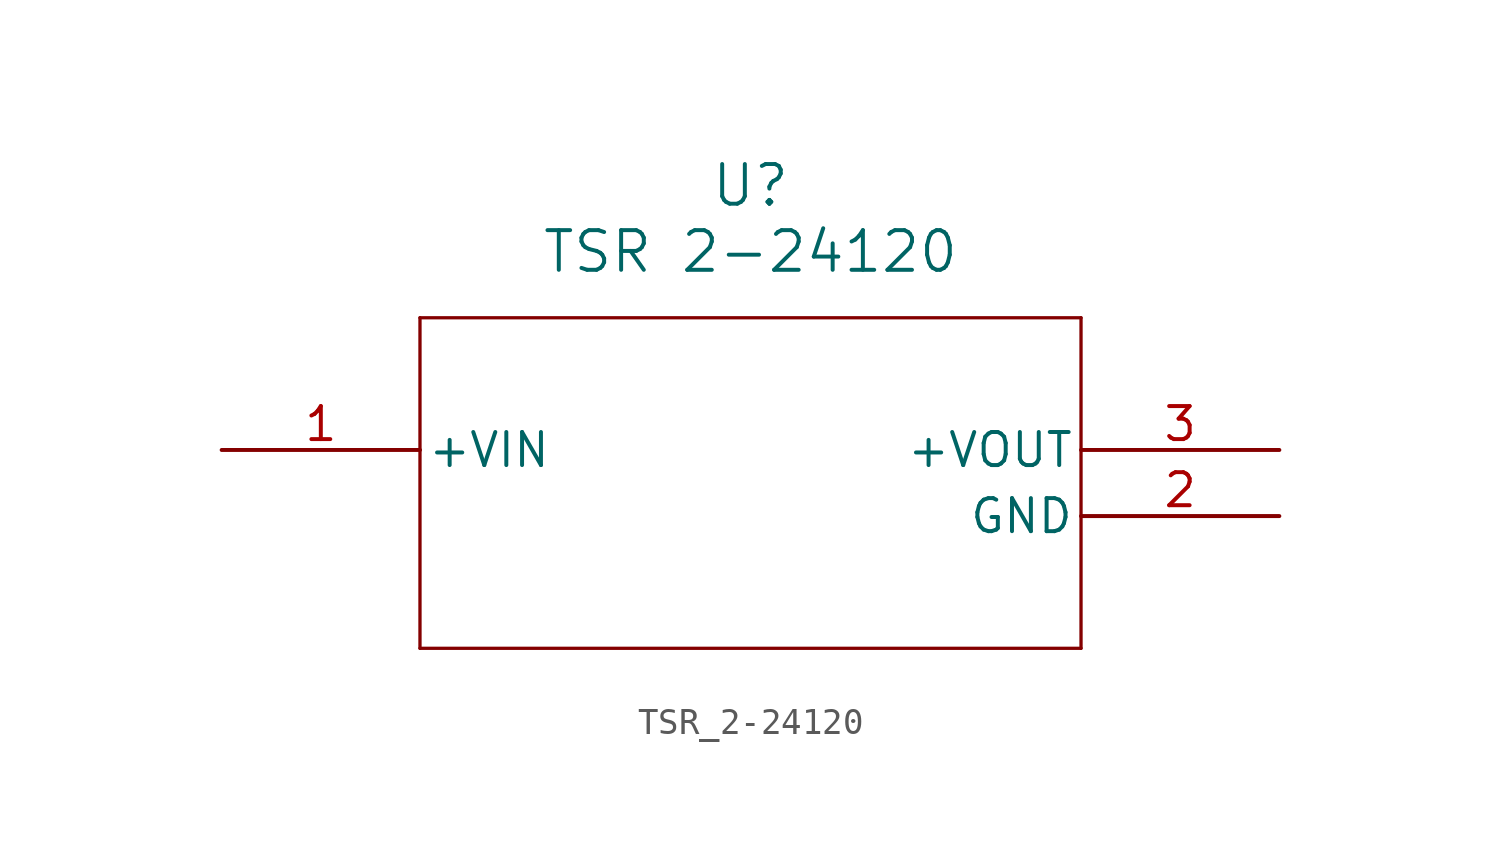
<source format=kicad_sym>
(kicad_symbol_lib
  (version 20211014)
  (generator kicad_symbol_editor)
  (symbol "TSR_2-24120"
    (pin_names
      (offset 0.254))
    (property "Reference" "U"
      (at 20.32 10.16 0)
      (effects (font (size 1.524 1.524))))
    (property "Value" "TSR 2-24120"
      (at 20.32 7.62 0)
      (effects (font (size 1.524 1.524))))
    (symbol "TSR_2-24120_0_1"
      (polyline (pts (xy 7.62 5.08) (xy 7.62 -7.62)) (stroke (width 0.127) (type default) (color 0 0 0 0)) (fill (type none)))
      (polyline (pts (xy 7.62 -7.62) (xy 33.02 -7.62)) (stroke (width 0.127) (type default) (color 0 0 0 0)) (fill (type none)))
      (polyline (pts (xy 33.02 -7.62) (xy 33.02 5.08)) (stroke (width 0.127) (type default) (color 0 0 0 0)) (fill (type none)))
      (polyline (pts (xy 33.02 5.08) (xy 7.62 5.08)) (stroke (width 0.127) (type default) (color 0 0 0 0)) (fill (type none)))
      (pin unspecified line (at 0 0 0) (length 7.62) (name "+VIN" (effects (font (size 1.27 1.27)))) (number "1" (effects (font (size 1.27 1.27)))))
      (pin unspecified line (at 40.64 -2.54 180) (length 7.62) (name "GND" (effects (font (size 1.27 1.27)))) (number "2" (effects (font (size 1.27 1.27)))))
      (pin unspecified line (at 40.64 0 180) (length 7.62) (name "+VOUT" (effects (font (size 1.27 1.27)))) (number "3" (effects (font (size 1.27 1.27))))))))
</source>
